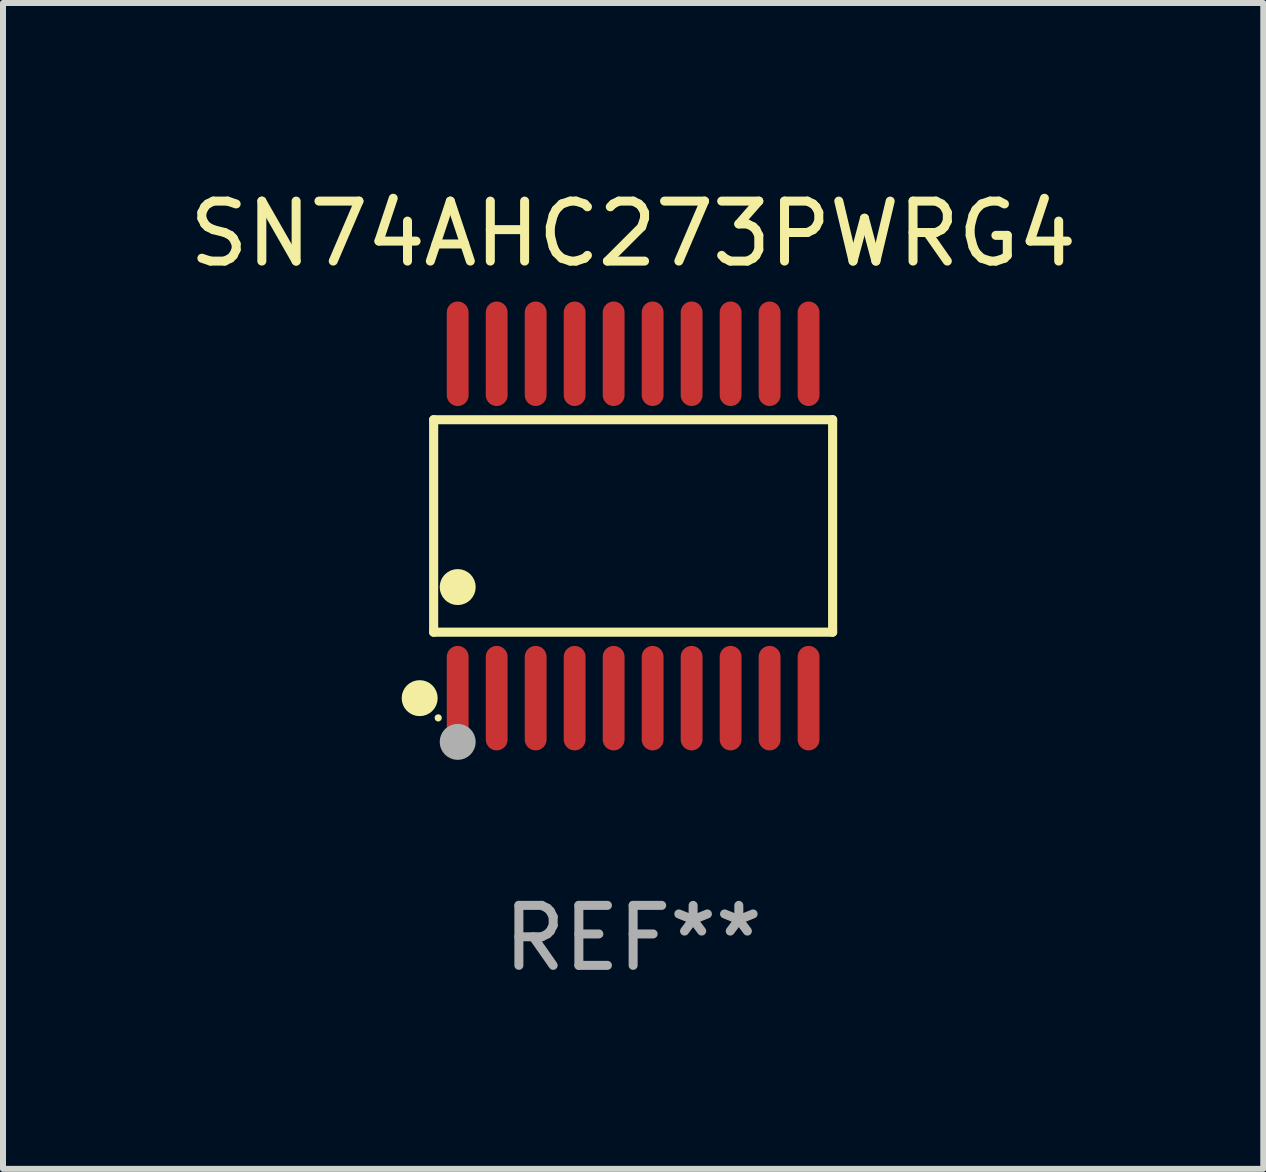
<source format=kicad_pcb>
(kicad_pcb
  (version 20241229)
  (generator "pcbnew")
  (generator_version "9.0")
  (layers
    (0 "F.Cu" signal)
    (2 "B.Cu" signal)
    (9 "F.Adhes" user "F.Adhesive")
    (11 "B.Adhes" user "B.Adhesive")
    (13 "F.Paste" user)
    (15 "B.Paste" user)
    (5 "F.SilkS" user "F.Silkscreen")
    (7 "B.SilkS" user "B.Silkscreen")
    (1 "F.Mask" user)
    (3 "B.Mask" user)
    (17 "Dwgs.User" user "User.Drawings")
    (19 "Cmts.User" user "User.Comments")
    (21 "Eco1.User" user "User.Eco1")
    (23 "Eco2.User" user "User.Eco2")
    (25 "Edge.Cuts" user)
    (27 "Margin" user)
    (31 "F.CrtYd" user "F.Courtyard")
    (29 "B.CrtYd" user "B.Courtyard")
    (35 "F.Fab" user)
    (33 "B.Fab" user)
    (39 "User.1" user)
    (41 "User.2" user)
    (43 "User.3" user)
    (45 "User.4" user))
  (footprint "SN74AHC273PWRG4"
    (layer "F.Cu")
    (at 7.506 5.719)
    (property "Reference" "SN74AHC273PWRG4" (at 0 -4.871 0) (layer "F.SilkS") (effects (font (size 1 1) (thickness 0.15))))
    (attr through_hole)
    (fp_line (start -3.326 -1.771) (end 3.326 -1.771) (stroke (width 0.152) (type solid)) (layer "F.SilkS"))
    (fp_line (start -3.326 1.771) (end -3.326 -1.771) (stroke (width 0.152) (type solid)) (layer "F.SilkS"))
    (fp_line (start 3.326 -1.771) (end 3.326 1.771) (stroke (width 0.152) (type solid)) (layer "F.SilkS"))
    (fp_line (start 3.326 1.771) (end -3.326 1.771) (stroke (width 0.152) (type solid)) (layer "F.SilkS"))
    (fp_circle (center -3.559 2.871) (end -3.409 2.871) (stroke (width 0.3) (type solid)) (fill no) (layer "F.SilkS"))
    (fp_circle (center -3.25 3.2) (end -3.22 3.2) (stroke (width 0.06) (type solid)) (fill no) (layer "F.SilkS"))
    (fp_circle (center -2.925 1.019) (end -2.775 1.019) (stroke (width 0.3) (type solid)) (fill no) (layer "F.SilkS"))
    (fp_circle (center -2.925 3.6) (end -2.775 3.6) (stroke (width 0.3) (type solid)) (fill no) (layer "F.Fab"))
    (fp_text user "REF**" (at 0 6.871 0) (layer "F.Fab") (effects (font (size 1 1) (thickness 0.15))))
    (pad "1" smd oval (at -2.925 2.871) (size 0.364 1.742) (layers "F.Cu" "F.Mask" "F.Paste"))
    (pad "2" smd oval (at -2.275 2.871) (size 0.364 1.742) (layers "F.Cu" "F.Mask" "F.Paste"))
    (pad "3" smd oval (at -1.625 2.871) (size 0.364 1.742) (layers "F.Cu" "F.Mask" "F.Paste"))
    (pad "4" smd oval (at -0.975 2.871) (size 0.364 1.742) (layers "F.Cu" "F.Mask" "F.Paste"))
    (pad "5" smd oval (at -0.325 2.871) (size 0.364 1.742) (layers "F.Cu" "F.Mask" "F.Paste"))
    (pad "6" smd oval (at 0.325 2.871) (size 0.364 1.742) (layers "F.Cu" "F.Mask" "F.Paste"))
    (pad "7" smd oval (at 0.975 2.871) (size 0.364 1.742) (layers "F.Cu" "F.Mask" "F.Paste"))
    (pad "8" smd oval (at 1.625 2.871) (size 0.364 1.742) (layers "F.Cu" "F.Mask" "F.Paste"))
    (pad "9" smd oval (at 2.275 2.871) (size 0.364 1.742) (layers "F.Cu" "F.Mask" "F.Paste"))
    (pad "10" smd oval (at 2.925 2.871) (size 0.364 1.742) (layers "F.Cu" "F.Mask" "F.Paste"))
    (pad "11" smd oval (at 2.925 -2.871) (size 0.364 1.742) (layers "F.Cu" "F.Mask" "F.Paste"))
    (pad "12" smd oval (at 2.275 -2.871) (size 0.364 1.742) (layers "F.Cu" "F.Mask" "F.Paste"))
    (pad "13" smd oval (at 1.625 -2.871) (size 0.364 1.742) (layers "F.Cu" "F.Mask" "F.Paste"))
    (pad "14" smd oval (at 0.975 -2.871) (size 0.364 1.742) (layers "F.Cu" "F.Mask" "F.Paste"))
    (pad "15" smd oval (at 0.325 -2.871) (size 0.364 1.742) (layers "F.Cu" "F.Mask" "F.Paste"))
    (pad "16" smd oval (at -0.325 -2.871) (size 0.364 1.742) (layers "F.Cu" "F.Mask" "F.Paste"))
    (pad "17" smd oval (at -0.975 -2.871) (size 0.364 1.742) (layers "F.Cu" "F.Mask" "F.Paste"))
    (pad "18" smd oval (at -1.625 -2.871) (size 0.364 1.742) (layers "F.Cu" "F.Mask" "F.Paste"))
    (pad "19" smd oval (at -2.275 -2.871) (size 0.364 1.742) (layers "F.Cu" "F.Mask" "F.Paste"))
    (pad "20" smd oval (at -2.925 -2.871) (size 0.364 1.742) (layers "F.Cu" "F.Mask" "F.Paste")))
  (gr_rect
    (start -3 -3)
    (end 18.012 16.438)
    (stroke (width 0.1) (type default))
    (fill no)
    (layer "Edge.Cuts")))
</source>
